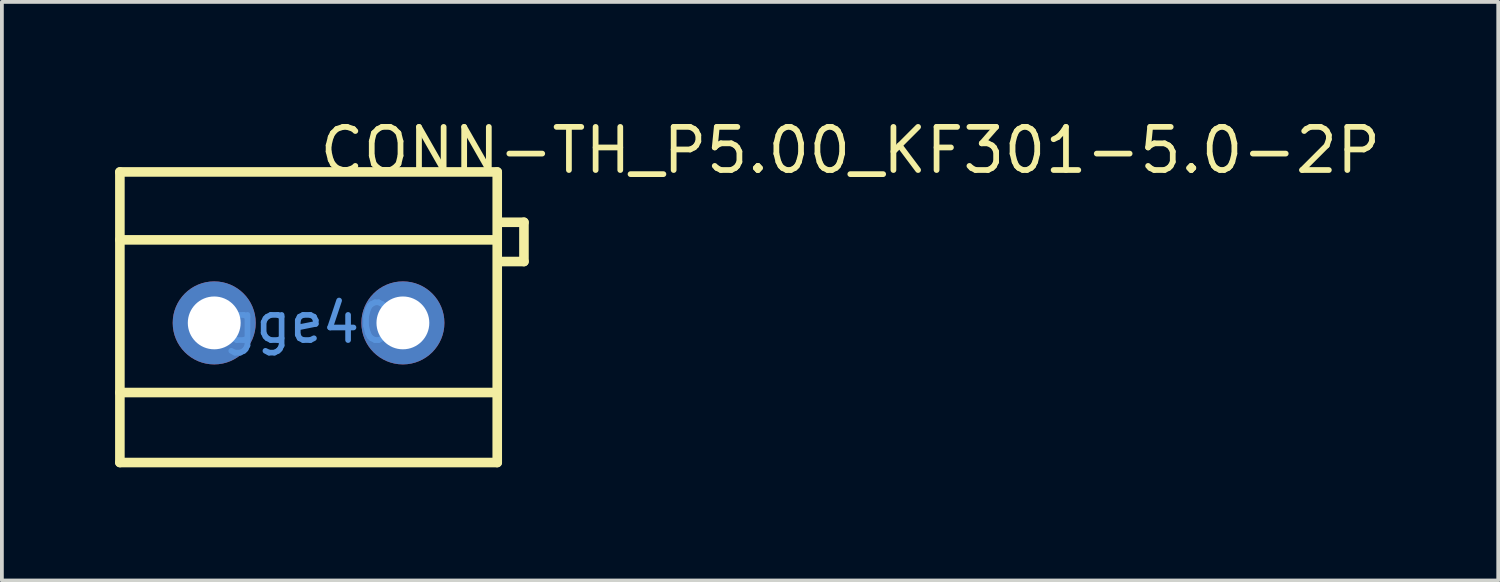
<source format=kicad_pcb>
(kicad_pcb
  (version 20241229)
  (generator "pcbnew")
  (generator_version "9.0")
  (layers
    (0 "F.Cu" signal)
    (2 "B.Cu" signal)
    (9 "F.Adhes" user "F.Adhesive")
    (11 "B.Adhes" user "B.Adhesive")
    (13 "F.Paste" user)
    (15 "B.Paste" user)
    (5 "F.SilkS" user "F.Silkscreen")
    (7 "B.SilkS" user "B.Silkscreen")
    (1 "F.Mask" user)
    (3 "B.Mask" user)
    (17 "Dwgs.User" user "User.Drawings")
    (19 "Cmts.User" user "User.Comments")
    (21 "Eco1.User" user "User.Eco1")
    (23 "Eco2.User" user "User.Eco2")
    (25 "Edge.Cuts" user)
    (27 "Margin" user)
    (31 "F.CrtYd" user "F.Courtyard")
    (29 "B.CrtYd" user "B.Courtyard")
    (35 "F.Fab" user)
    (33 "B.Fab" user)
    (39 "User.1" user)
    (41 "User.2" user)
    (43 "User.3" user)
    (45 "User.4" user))
  (footprint "CONN-TH_P5.00_KF301-5.0-2P"
    (layer "F.Cu")
    (at 5.127 5.507)
    (property "Reference" "CONN-TH_P5.00_KF301-5.0-2P" (at 0.214 -4.572 0) (layer "F.SilkS") (effects (font (size 1.143 1.143) (thickness 0.152)) (justify left)))
    (attr through_hole)
    (fp_line (start -5 -4) (end -5 3.7) (stroke (width 0.254) (type solid)) (layer "F.SilkS"))
    (fp_line (start -5 -4) (end 5 -4) (stroke (width 0.254) (type solid)) (layer "F.SilkS"))
    (fp_line (start -5 -2.201) (end 5 -2.201) (stroke (width 0.254) (type solid)) (layer "F.SilkS"))
    (fp_line (start -5 1.845) (end 5 1.845) (stroke (width 0.254) (type solid)) (layer "F.SilkS"))
    (fp_line (start -5 3.7) (end 5 3.7) (stroke (width 0.254) (type solid)) (layer "F.SilkS"))
    (fp_line (start 5 -4) (end 5 3.7) (stroke (width 0.254) (type solid)) (layer "F.SilkS"))
    (fp_line (start 5.08 -2.667) (end 5.708 -2.667) (stroke (width 0.254) (type solid)) (layer "F.SilkS"))
    (fp_line (start 5.708 -2.667) (end 5.708 -1.626) (stroke (width 0.254) (type solid)) (layer "F.SilkS"))
    (fp_line (start 5.708 -1.626) (end 5.08 -1.626) (stroke (width 0.254) (type solid)) (layer "F.SilkS"))
    (fp_text user "gge40" (at 0 0 0) (layer "Cmts.User") (effects (font (size 1 1) (thickness 0.15))))
    (pad "1" thru_hole circle (at -2.5 0) (size 2.2 2.2) (drill 1.4) (layers "*.Cu" "*.Paste" "*.Mask"))
    (pad "2" thru_hole circle (at 2.5 0) (size 2.2 2.2) (drill 1.4) (layers "*.Cu" "*.Paste" "*.Mask")))
  (gr_rect
    (start -3 -3)
    (end 36.654 12.334)
    (stroke (width 0.1) (type default))
    (fill no)
    (layer "Edge.Cuts")))
</source>
